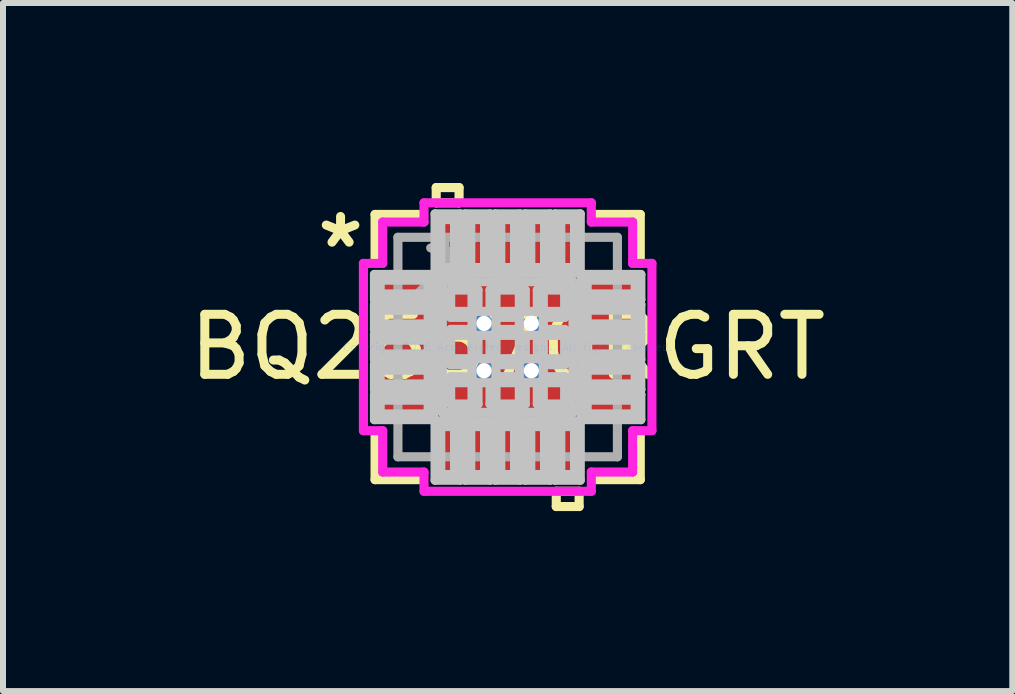
<source format=kicad_pcb>
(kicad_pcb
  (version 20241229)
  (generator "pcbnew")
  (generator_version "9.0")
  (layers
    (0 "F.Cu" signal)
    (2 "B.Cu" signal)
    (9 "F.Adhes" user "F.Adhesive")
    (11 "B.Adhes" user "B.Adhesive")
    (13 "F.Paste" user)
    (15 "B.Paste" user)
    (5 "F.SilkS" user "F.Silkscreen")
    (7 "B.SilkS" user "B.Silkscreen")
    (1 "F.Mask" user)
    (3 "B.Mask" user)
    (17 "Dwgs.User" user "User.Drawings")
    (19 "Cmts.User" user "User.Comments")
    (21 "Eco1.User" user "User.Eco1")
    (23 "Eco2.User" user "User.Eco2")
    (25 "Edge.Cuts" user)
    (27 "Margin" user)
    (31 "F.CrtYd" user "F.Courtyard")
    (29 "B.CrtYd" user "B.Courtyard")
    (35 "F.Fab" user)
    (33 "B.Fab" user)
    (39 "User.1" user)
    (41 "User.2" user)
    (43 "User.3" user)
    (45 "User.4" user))
  (footprint "BQ25570RGRT"
    (layer "F.Cu")
    (at 5.411 2.734)
    (property "Reference" "BQ25570RGRT" (at 0 0 0) (layer "F.SilkS") (effects (font (size 1 1) (thickness 0.15))))
    (attr through_hole)
    (fp_line (start -2.21 -2.21) (end -2.21 -1.467) (stroke (width 0.152) (type solid)) (layer "F.SilkS"))
    (fp_line (start -2.21 1.467) (end -2.21 2.21) (stroke (width 0.152) (type solid)) (layer "F.SilkS"))
    (fp_line (start -2.21 2.21) (end -1.468 2.21) (stroke (width 0.152) (type solid)) (layer "F.SilkS"))
    (fp_line (start -1.468 -2.21) (end -2.21 -2.21) (stroke (width 0.152) (type solid)) (layer "F.SilkS"))
    (fp_line (start -1.191 -2.658) (end -0.81 -2.658) (stroke (width 0.152) (type solid)) (layer "F.SilkS"))
    (fp_line (start -1.191 -2.404) (end -1.191 -2.658) (stroke (width 0.152) (type solid)) (layer "F.SilkS"))
    (fp_line (start -0.81 -2.658) (end -0.81 -2.404) (stroke (width 0.152) (type solid)) (layer "F.SilkS"))
    (fp_line (start -0.81 -2.404) (end -1.191 -2.404) (stroke (width 0.152) (type solid)) (layer "F.SilkS"))
    (fp_line (start 0.81 2.404) (end 0.81 2.658) (stroke (width 0.152) (type solid)) (layer "F.SilkS"))
    (fp_line (start 0.81 2.658) (end 1.191 2.658) (stroke (width 0.152) (type solid)) (layer "F.SilkS"))
    (fp_line (start 1.191 2.404) (end 0.81 2.404) (stroke (width 0.152) (type solid)) (layer "F.SilkS"))
    (fp_line (start 1.191 2.658) (end 1.191 2.404) (stroke (width 0.152) (type solid)) (layer "F.SilkS"))
    (fp_line (start 1.468 2.21) (end 2.21 2.21) (stroke (width 0.152) (type solid)) (layer "F.SilkS"))
    (fp_line (start 2.21 -2.21) (end 1.468 -2.21) (stroke (width 0.152) (type solid)) (layer "F.SilkS"))
    (fp_line (start 2.21 -1.467) (end 2.21 -2.21) (stroke (width 0.152) (type solid)) (layer "F.SilkS"))
    (fp_line (start 2.21 2.21) (end 2.21 1.467) (stroke (width 0.152) (type solid)) (layer "F.SilkS"))
    (fp_line (start -2.22 -1.21) (end -2.22 -0.79) (stroke (width 0.152) (type solid)) (layer "Dwgs.User"))
    (fp_line (start -2.22 -0.79) (end -1.23 -0.79) (stroke (width 0.152) (type solid)) (layer "Dwgs.User"))
    (fp_line (start -2.22 -0.71) (end -2.22 -0.29) (stroke (width 0.152) (type solid)) (layer "Dwgs.User"))
    (fp_line (start -2.22 -0.29) (end -1.23 -0.29) (stroke (width 0.152) (type solid)) (layer "Dwgs.User"))
    (fp_line (start -2.22 -0.21) (end -2.22 0.21) (stroke (width 0.152) (type solid)) (layer "Dwgs.User"))
    (fp_line (start -2.22 0.21) (end -1.23 0.21) (stroke (width 0.152) (type solid)) (layer "Dwgs.User"))
    (fp_line (start -2.22 0.29) (end -2.22 0.71) (stroke (width 0.152) (type solid)) (layer "Dwgs.User"))
    (fp_line (start -2.22 0.71) (end -1.23 0.71) (stroke (width 0.152) (type solid)) (layer "Dwgs.User"))
    (fp_line (start -2.22 0.79) (end -2.22 1.21) (stroke (width 0.152) (type solid)) (layer "Dwgs.User"))
    (fp_line (start -2.22 1.21) (end -1.23 1.21) (stroke (width 0.152) (type solid)) (layer "Dwgs.User"))
    (fp_line (start -2.125 -1.115) (end -2.125 -0.885) (stroke (width 0.152) (type solid)) (layer "Dwgs.User"))
    (fp_line (start -2.125 -0.885) (end -1.325 -0.885) (stroke (width 0.152) (type solid)) (layer "Dwgs.User"))
    (fp_line (start -2.125 -0.615) (end -2.125 -0.385) (stroke (width 0.152) (type solid)) (layer "Dwgs.User"))
    (fp_line (start -2.125 -0.385) (end -1.325 -0.385) (stroke (width 0.152) (type solid)) (layer "Dwgs.User"))
    (fp_line (start -2.125 -0.115) (end -2.125 0.115) (stroke (width 0.152) (type solid)) (layer "Dwgs.User"))
    (fp_line (start -2.125 0.115) (end -1.325 0.115) (stroke (width 0.152) (type solid)) (layer "Dwgs.User"))
    (fp_line (start -2.125 0.385) (end -2.125 0.615) (stroke (width 0.152) (type solid)) (layer "Dwgs.User"))
    (fp_line (start -2.125 0.615) (end -1.325 0.615) (stroke (width 0.152) (type solid)) (layer "Dwgs.User"))
    (fp_line (start -2.125 0.885) (end -2.125 1.115) (stroke (width 0.152) (type solid)) (layer "Dwgs.User"))
    (fp_line (start -2.125 1.115) (end -1.325 1.115) (stroke (width 0.152) (type solid)) (layer "Dwgs.User"))
    (fp_line (start -1.325 -1.115) (end -2.125 -1.115) (stroke (width 0.152) (type solid)) (layer "Dwgs.User"))
    (fp_line (start -1.325 -0.885) (end -1.325 -1.115) (stroke (width 0.152) (type solid)) (layer "Dwgs.User"))
    (fp_line (start -1.325 -0.615) (end -2.125 -0.615) (stroke (width 0.152) (type solid)) (layer "Dwgs.User"))
    (fp_line (start -1.325 -0.385) (end -1.325 -0.615) (stroke (width 0.152) (type solid)) (layer "Dwgs.User"))
    (fp_line (start -1.325 -0.115) (end -2.125 -0.115) (stroke (width 0.152) (type solid)) (layer "Dwgs.User"))
    (fp_line (start -1.325 0.115) (end -1.325 -0.115) (stroke (width 0.152) (type solid)) (layer "Dwgs.User"))
    (fp_line (start -1.325 0.385) (end -2.125 0.385) (stroke (width 0.152) (type solid)) (layer "Dwgs.User"))
    (fp_line (start -1.325 0.615) (end -1.325 0.385) (stroke (width 0.152) (type solid)) (layer "Dwgs.User"))
    (fp_line (start -1.325 0.885) (end -2.125 0.885) (stroke (width 0.152) (type solid)) (layer "Dwgs.User"))
    (fp_line (start -1.325 1.115) (end -1.325 0.885) (stroke (width 0.152) (type solid)) (layer "Dwgs.User"))
    (fp_line (start -1.23 -1.21) (end -2.22 -1.21) (stroke (width 0.152) (type solid)) (layer "Dwgs.User"))
    (fp_line (start -1.23 -0.79) (end -1.23 -1.21) (stroke (width 0.152) (type solid)) (layer "Dwgs.User"))
    (fp_line (start -1.23 -0.71) (end -2.22 -0.71) (stroke (width 0.152) (type solid)) (layer "Dwgs.User"))
    (fp_line (start -1.23 -0.29) (end -1.23 -0.71) (stroke (width 0.152) (type solid)) (layer "Dwgs.User"))
    (fp_line (start -1.23 -0.21) (end -2.22 -0.21) (stroke (width 0.152) (type solid)) (layer "Dwgs.User"))
    (fp_line (start -1.23 0.21) (end -1.23 -0.21) (stroke (width 0.152) (type solid)) (layer "Dwgs.User"))
    (fp_line (start -1.23 0.29) (end -2.22 0.29) (stroke (width 0.152) (type solid)) (layer "Dwgs.User"))
    (fp_line (start -1.23 0.71) (end -1.23 0.29) (stroke (width 0.152) (type solid)) (layer "Dwgs.User"))
    (fp_line (start -1.23 0.79) (end -2.22 0.79) (stroke (width 0.152) (type solid)) (layer "Dwgs.User"))
    (fp_line (start -1.23 1.21) (end -1.23 0.79) (stroke (width 0.152) (type solid)) (layer "Dwgs.User"))
    (fp_line (start -1.21 -2.22) (end -1.21 -1.23) (stroke (width 0.152) (type solid)) (layer "Dwgs.User"))
    (fp_line (start -1.21 -1.23) (end -0.79 -1.23) (stroke (width 0.152) (type solid)) (layer "Dwgs.User"))
    (fp_line (start -1.21 1.23) (end -1.21 2.22) (stroke (width 0.152) (type solid)) (layer "Dwgs.User"))
    (fp_line (start -1.21 2.22) (end -0.79 2.22) (stroke (width 0.152) (type solid)) (layer "Dwgs.User"))
    (fp_line (start -1.115 -2.125) (end -1.115 -1.325) (stroke (width 0.152) (type solid)) (layer "Dwgs.User"))
    (fp_line (start -1.115 -1.325) (end -0.885 -1.325) (stroke (width 0.152) (type solid)) (layer "Dwgs.User"))
    (fp_line (start -1.115 1.325) (end -1.115 2.125) (stroke (width 0.152) (type solid)) (layer "Dwgs.User"))
    (fp_line (start -1.115 2.125) (end -0.885 2.125) (stroke (width 0.152) (type solid)) (layer "Dwgs.User"))
    (fp_line (start -1.089 -1.089) (end -0.594 -1.089) (stroke (width 0.152) (type solid)) (layer "Dwgs.User"))
    (fp_line (start -1.089 -1.089) (end 1.089 -1.089) (stroke (width 0.152) (type solid)) (layer "Dwgs.User"))
    (fp_line (start -1.089 -0.594) (end -1.089 -1.089) (stroke (width 0.152) (type solid)) (layer "Dwgs.User"))
    (fp_line (start -1.089 -0.194) (end 1.089 -0.194) (stroke (width 0.152) (type solid)) (layer "Dwgs.User"))
    (fp_line (start -1.089 0.194) (end -1.089 -0.194) (stroke (width 0.152) (type solid)) (layer "Dwgs.User"))
    (fp_line (start -1.089 0.594) (end 1.089 0.594) (stroke (width 0.152) (type solid)) (layer "Dwgs.User"))
    (fp_line (start -1.089 1.089) (end -1.089 -1.089) (stroke (width 0.152) (type solid)) (layer "Dwgs.User"))
    (fp_line (start -1.089 1.089) (end -1.089 0.594) (stroke (width 0.152) (type solid)) (layer "Dwgs.User"))
    (fp_line (start -0.95 -0.95) (end -0.95 -0.494) (stroke (width 0.152) (type solid)) (layer "Dwgs.User"))
    (fp_line (start -0.95 -0.494) (end -0.635 -0.494) (stroke (width 0.152) (type solid)) (layer "Dwgs.User"))
    (fp_line (start -0.95 -0.294) (end -0.95 0.294) (stroke (width 0.152) (type solid)) (layer "Dwgs.User"))
    (fp_line (start -0.95 0.294) (end -0.635 0.294) (stroke (width 0.152) (type solid)) (layer "Dwgs.User"))
    (fp_line (start -0.95 0.494) (end -0.95 0.95) (stroke (width 0.152) (type solid)) (layer "Dwgs.User"))
    (fp_line (start -0.95 0.95) (end -0.494 0.95) (stroke (width 0.152) (type solid)) (layer "Dwgs.User"))
    (fp_line (start -0.885 -2.125) (end -1.115 -2.125) (stroke (width 0.152) (type solid)) (layer "Dwgs.User"))
    (fp_line (start -0.885 -1.325) (end -0.885 -2.125) (stroke (width 0.152) (type solid)) (layer "Dwgs.User"))
    (fp_line (start -0.885 1.325) (end -1.115 1.325) (stroke (width 0.152) (type solid)) (layer "Dwgs.User"))
    (fp_line (start -0.885 2.125) (end -0.885 1.325) (stroke (width 0.152) (type solid)) (layer "Dwgs.User"))
    (fp_line (start -0.79 -2.22) (end -1.21 -2.22) (stroke (width 0.152) (type solid)) (layer "Dwgs.User"))
    (fp_line (start -0.79 -1.23) (end -0.79 -2.22) (stroke (width 0.152) (type solid)) (layer "Dwgs.User"))
    (fp_line (start -0.79 1.23) (end -1.21 1.23) (stroke (width 0.152) (type solid)) (layer "Dwgs.User"))
    (fp_line (start -0.79 2.22) (end -0.79 1.23) (stroke (width 0.152) (type solid)) (layer "Dwgs.User"))
    (fp_line (start -0.71 -2.22) (end -0.71 -1.23) (stroke (width 0.152) (type solid)) (layer "Dwgs.User"))
    (fp_line (start -0.71 -1.23) (end -0.29 -1.23) (stroke (width 0.152) (type solid)) (layer "Dwgs.User"))
    (fp_line (start -0.71 1.23) (end -0.71 2.22) (stroke (width 0.152) (type solid)) (layer "Dwgs.User"))
    (fp_line (start -0.71 2.22) (end -0.29 2.22) (stroke (width 0.152) (type solid)) (layer "Dwgs.User"))
    (fp_line (start -0.635 -0.494) (end -0.635 -0.494) (stroke (width 0.152) (type solid)) (layer "Dwgs.User"))
    (fp_line (start -0.635 -0.494) (end -0.494 -0.635) (stroke (width 0.152) (type solid)) (layer "Dwgs.User"))
    (fp_line (start -0.635 -0.294) (end -0.95 -0.294) (stroke (width 0.152) (type solid)) (layer "Dwgs.User"))
    (fp_line (start -0.635 -0.294) (end -0.635 -0.294) (stroke (width 0.152) (type solid)) (layer "Dwgs.User"))
    (fp_line (start -0.635 0.294) (end -0.635 0.294) (stroke (width 0.152) (type solid)) (layer "Dwgs.User"))
    (fp_line (start -0.635 0.294) (end -0.494 0.152) (stroke (width 0.152) (type solid)) (layer "Dwgs.User"))
    (fp_line (start -0.635 0.494) (end -0.95 0.494) (stroke (width 0.152) (type solid)) (layer "Dwgs.User"))
    (fp_line (start -0.635 0.494) (end -0.635 0.494) (stroke (width 0.152) (type solid)) (layer "Dwgs.User"))
    (fp_line (start -0.615 -2.125) (end -0.615 -1.325) (stroke (width 0.152) (type solid)) (layer "Dwgs.User"))
    (fp_line (start -0.615 -1.325) (end -0.385 -1.325) (stroke (width 0.152) (type solid)) (layer "Dwgs.User"))
    (fp_line (start -0.615 1.325) (end -0.615 2.125) (stroke (width 0.152) (type solid)) (layer "Dwgs.User"))
    (fp_line (start -0.615 2.125) (end -0.385 2.125) (stroke (width 0.152) (type solid)) (layer "Dwgs.User"))
    (fp_line (start -0.594 -1.089) (end -0.594 1.089) (stroke (width 0.152) (type solid)) (layer "Dwgs.User"))
    (fp_line (start -0.594 1.089) (end -1.089 1.089) (stroke (width 0.152) (type solid)) (layer "Dwgs.User"))
    (fp_line (start -0.494 -0.95) (end -0.95 -0.95) (stroke (width 0.152) (type solid)) (layer "Dwgs.User"))
    (fp_line (start -0.494 -0.635) (end -0.494 -0.95) (stroke (width 0.152) (type solid)) (layer "Dwgs.User"))
    (fp_line (start -0.494 -0.635) (end -0.494 -0.635) (stroke (width 0.152) (type solid)) (layer "Dwgs.User"))
    (fp_line (start -0.494 -0.152) (end -0.635 -0.294) (stroke (width 0.152) (type solid)) (layer "Dwgs.User"))
    (fp_line (start -0.494 -0.152) (end -0.494 -0.152) (stroke (width 0.152) (type solid)) (layer "Dwgs.User"))
    (fp_line (start -0.494 0.152) (end -0.494 -0.152) (stroke (width 0.152) (type solid)) (layer "Dwgs.User"))
    (fp_line (start -0.494 0.152) (end -0.494 0.152) (stroke (width 0.152) (type solid)) (layer "Dwgs.User"))
    (fp_line (start -0.494 0.635) (end -0.635 0.494) (stroke (width 0.152) (type solid)) (layer "Dwgs.User"))
    (fp_line (start -0.494 0.635) (end -0.494 0.635) (stroke (width 0.152) (type solid)) (layer "Dwgs.User"))
    (fp_line (start -0.494 0.95) (end -0.494 0.635) (stroke (width 0.152) (type solid)) (layer "Dwgs.User"))
    (fp_line (start -0.385 -2.125) (end -0.615 -2.125) (stroke (width 0.152) (type solid)) (layer "Dwgs.User"))
    (fp_line (start -0.385 -1.325) (end -0.385 -2.125) (stroke (width 0.152) (type solid)) (layer "Dwgs.User"))
    (fp_line (start -0.385 1.325) (end -0.615 1.325) (stroke (width 0.152) (type solid)) (layer "Dwgs.User"))
    (fp_line (start -0.385 2.125) (end -0.385 1.325) (stroke (width 0.152) (type solid)) (layer "Dwgs.User"))
    (fp_line (start -0.294 -0.95) (end -0.294 -0.635) (stroke (width 0.152) (type solid)) (layer "Dwgs.User"))
    (fp_line (start -0.294 -0.635) (end -0.294 -0.635) (stroke (width 0.152) (type solid)) (layer "Dwgs.User"))
    (fp_line (start -0.294 -0.635) (end -0.152 -0.494) (stroke (width 0.152) (type solid)) (layer "Dwgs.User"))
    (fp_line (start -0.294 -0.152) (end -0.294 -0.152) (stroke (width 0.152) (type solid)) (layer "Dwgs.User"))
    (fp_line (start -0.294 -0.152) (end -0.294 0.152) (stroke (width 0.152) (type solid)) (layer "Dwgs.User"))
    (fp_line (start -0.294 0.152) (end -0.294 0.152) (stroke (width 0.152) (type solid)) (layer "Dwgs.User"))
    (fp_line (start -0.294 0.152) (end -0.152 0.294) (stroke (width 0.152) (type solid)) (layer "Dwgs.User"))
    (fp_line (start -0.294 0.635) (end -0.294 0.635) (stroke (width 0.152) (type solid)) (layer "Dwgs.User"))
    (fp_line (start -0.294 0.635) (end -0.294 0.95) (stroke (width 0.152) (type solid)) (layer "Dwgs.User"))
    (fp_line (start -0.294 0.95) (end 0.294 0.95) (stroke (width 0.152) (type solid)) (layer "Dwgs.User"))
    (fp_line (start -0.29 -2.22) (end -0.71 -2.22) (stroke (width 0.152) (type solid)) (layer "Dwgs.User"))
    (fp_line (start -0.29 -1.23) (end -0.29 -2.22) (stroke (width 0.152) (type solid)) (layer "Dwgs.User"))
    (fp_line (start -0.29 1.23) (end -0.71 1.23) (stroke (width 0.152) (type solid)) (layer "Dwgs.User"))
    (fp_line (start -0.29 2.22) (end -0.29 1.23) (stroke (width 0.152) (type solid)) (layer "Dwgs.User"))
    (fp_line (start -0.21 -2.22) (end -0.21 -1.23) (stroke (width 0.152) (type solid)) (layer "Dwgs.User"))
    (fp_line (start -0.21 -1.23) (end 0.21 -1.23) (stroke (width 0.152) (type solid)) (layer "Dwgs.User"))
    (fp_line (start -0.21 1.23) (end -0.21 2.22) (stroke (width 0.152) (type solid)) (layer "Dwgs.User"))
    (fp_line (start -0.21 2.22) (end 0.21 2.22) (stroke (width 0.152) (type solid)) (layer "Dwgs.User"))
    (fp_line (start -0.194 -1.089) (end -0.194 1.089) (stroke (width 0.152) (type solid)) (layer "Dwgs.User"))
    (fp_line (start -0.194 1.089) (end 0.194 1.089) (stroke (width 0.152) (type solid)) (layer "Dwgs.User"))
    (fp_line (start -0.152 -0.494) (end -0.152 -0.494) (stroke (width 0.152) (type solid)) (layer "Dwgs.User"))
    (fp_line (start -0.152 -0.494) (end 0.152 -0.494) (stroke (width 0.152) (type solid)) (layer "Dwgs.User"))
    (fp_line (start -0.152 -0.294) (end -0.294 -0.152) (stroke (width 0.152) (type solid)) (layer "Dwgs.User"))
    (fp_line (start -0.152 -0.294) (end -0.152 -0.294) (stroke (width 0.152) (type solid)) (layer "Dwgs.User"))
    (fp_line (start -0.152 0.294) (end -0.152 0.294) (stroke (width 0.152) (type solid)) (layer "Dwgs.User"))
    (fp_line (start -0.152 0.294) (end 0.152 0.294) (stroke (width 0.152) (type solid)) (layer "Dwgs.User"))
    (fp_line (start -0.152 0.494) (end -0.294 0.635) (stroke (width 0.152) (type solid)) (layer "Dwgs.User"))
    (fp_line (start -0.152 0.494) (end -0.152 0.494) (stroke (width 0.152) (type solid)) (layer "Dwgs.User"))
    (fp_line (start -0.115 -2.125) (end -0.115 -1.325) (stroke (width 0.152) (type solid)) (layer "Dwgs.User"))
    (fp_line (start -0.115 -1.325) (end 0.115 -1.325) (stroke (width 0.152) (type solid)) (layer "Dwgs.User"))
    (fp_line (start -0.115 1.325) (end -0.115 2.125) (stroke (width 0.152) (type solid)) (layer "Dwgs.User"))
    (fp_line (start -0.115 2.125) (end 0.115 2.125) (stroke (width 0.152) (type solid)) (layer "Dwgs.User"))
    (fp_line (start 0.115 -2.125) (end -0.115 -2.125) (stroke (width 0.152) (type solid)) (layer "Dwgs.User"))
    (fp_line (start 0.115 -1.325) (end 0.115 -2.125) (stroke (width 0.152) (type solid)) (layer "Dwgs.User"))
    (fp_line (start 0.115 1.325) (end -0.115 1.325) (stroke (width 0.152) (type solid)) (layer "Dwgs.User"))
    (fp_line (start 0.115 2.125) (end 0.115 1.325) (stroke (width 0.152) (type solid)) (layer "Dwgs.User"))
    (fp_line (start 0.152 -0.494) (end 0.152 -0.494) (stroke (width 0.152) (type solid)) (layer "Dwgs.User"))
    (fp_line (start 0.152 -0.494) (end 0.294 -0.635) (stroke (width 0.152) (type solid)) (layer "Dwgs.User"))
    (fp_line (start 0.152 -0.294) (end -0.152 -0.294) (stroke (width 0.152) (type solid)) (layer "Dwgs.User"))
    (fp_line (start 0.152 -0.294) (end 0.152 -0.294) (stroke (width 0.152) (type solid)) (layer "Dwgs.User"))
    (fp_line (start 0.152 0.294) (end 0.152 0.294) (stroke (width 0.152) (type solid)) (layer "Dwgs.User"))
    (fp_line (start 0.152 0.294) (end 0.294 0.152) (stroke (width 0.152) (type solid)) (layer "Dwgs.User"))
    (fp_line (start 0.152 0.494) (end -0.152 0.494) (stroke (width 0.152) (type solid)) (layer "Dwgs.User"))
    (fp_line (start 0.152 0.494) (end 0.152 0.494) (stroke (width 0.152) (type solid)) (layer "Dwgs.User"))
    (fp_line (start 0.194 -1.089) (end -0.194 -1.089) (stroke (width 0.152) (type solid)) (layer "Dwgs.User"))
    (fp_line (start 0.194 1.089) (end 0.194 -1.089) (stroke (width 0.152) (type solid)) (layer "Dwgs.User"))
    (fp_line (start 0.21 -2.22) (end -0.21 -2.22) (stroke (width 0.152) (type solid)) (layer "Dwgs.User"))
    (fp_line (start 0.21 -1.23) (end 0.21 -2.22) (stroke (width 0.152) (type solid)) (layer "Dwgs.User"))
    (fp_line (start 0.21 1.23) (end -0.21 1.23) (stroke (width 0.152) (type solid)) (layer "Dwgs.User"))
    (fp_line (start 0.21 2.22) (end 0.21 1.23) (stroke (width 0.152) (type solid)) (layer "Dwgs.User"))
    (fp_line (start 0.29 -2.22) (end 0.29 -1.23) (stroke (width 0.152) (type solid)) (layer "Dwgs.User"))
    (fp_line (start 0.29 -1.23) (end 0.71 -1.23) (stroke (width 0.152) (type solid)) (layer "Dwgs.User"))
    (fp_line (start 0.29 1.23) (end 0.29 2.22) (stroke (width 0.152) (type solid)) (layer "Dwgs.User"))
    (fp_line (start 0.29 2.22) (end 0.71 2.22) (stroke (width 0.152) (type solid)) (layer "Dwgs.User"))
    (fp_line (start 0.294 -0.95) (end -0.294 -0.95) (stroke (width 0.152) (type solid)) (layer "Dwgs.User"))
    (fp_line (start 0.294 -0.635) (end 0.294 -0.95) (stroke (width 0.152) (type solid)) (layer "Dwgs.User"))
    (fp_line (start 0.294 -0.635) (end 0.294 -0.635) (stroke (width 0.152) (type solid)) (layer "Dwgs.User"))
    (fp_line (start 0.294 -0.152) (end 0.152 -0.294) (stroke (width 0.152) (type solid)) (layer "Dwgs.User"))
    (fp_line (start 0.294 -0.152) (end 0.294 -0.152) (stroke (width 0.152) (type solid)) (layer "Dwgs.User"))
    (fp_line (start 0.294 0.152) (end 0.294 -0.152) (stroke (width 0.152) (type solid)) (layer "Dwgs.User"))
    (fp_line (start 0.294 0.152) (end 0.294 0.152) (stroke (width 0.152) (type solid)) (layer "Dwgs.User"))
    (fp_line (start 0.294 0.635) (end 0.152 0.494) (stroke (width 0.152) (type solid)) (layer "Dwgs.User"))
    (fp_line (start 0.294 0.635) (end 0.294 0.635) (stroke (width 0.152) (type solid)) (layer "Dwgs.User"))
    (fp_line (start 0.294 0.95) (end 0.294 0.635) (stroke (width 0.152) (type solid)) (layer "Dwgs.User"))
    (fp_line (start 0.385 -2.125) (end 0.385 -1.325) (stroke (width 0.152) (type solid)) (layer "Dwgs.User"))
    (fp_line (start 0.385 -1.325) (end 0.615 -1.325) (stroke (width 0.152) (type solid)) (layer "Dwgs.User"))
    (fp_line (start 0.385 1.325) (end 0.385 2.125) (stroke (width 0.152) (type solid)) (layer "Dwgs.User"))
    (fp_line (start 0.385 2.125) (end 0.615 2.125) (stroke (width 0.152) (type solid)) (layer "Dwgs.User"))
    (fp_line (start 0.494 -0.95) (end 0.494 -0.635) (stroke (width 0.152) (type solid)) (layer "Dwgs.User"))
    (fp_line (start 0.494 -0.635) (end 0.494 -0.635) (stroke (width 0.152) (type solid)) (layer "Dwgs.User"))
    (fp_line (start 0.494 -0.635) (end 0.635 -0.494) (stroke (width 0.152) (type solid)) (layer "Dwgs.User"))
    (fp_line (start 0.494 -0.152) (end 0.494 -0.152) (stroke (width 0.152) (type solid)) (layer "Dwgs.User"))
    (fp_line (start 0.494 -0.152) (end 0.494 0.152) (stroke (width 0.152) (type solid)) (layer "Dwgs.User"))
    (fp_line (start 0.494 0.152) (end 0.494 0.152) (stroke (width 0.152) (type solid)) (layer "Dwgs.User"))
    (fp_line (start 0.494 0.152) (end 0.635 0.294) (stroke (width 0.152) (type solid)) (layer "Dwgs.User"))
    (fp_line (start 0.494 0.635) (end 0.494 0.635) (stroke (width 0.152) (type solid)) (layer "Dwgs.User"))
    (fp_line (start 0.494 0.635) (end 0.494 0.95) (stroke (width 0.152) (type solid)) (layer "Dwgs.User"))
    (fp_line (start 0.494 0.95) (end 0.95 0.95) (stroke (width 0.152) (type solid)) (layer "Dwgs.User"))
    (fp_line (start 0.594 -1.089) (end 1.089 -1.089) (stroke (width 0.152) (type solid)) (layer "Dwgs.User"))
    (fp_line (start 0.594 1.089) (end 0.594 -1.089) (stroke (width 0.152) (type solid)) (layer "Dwgs.User"))
    (fp_line (start 0.615 -2.125) (end 0.385 -2.125) (stroke (width 0.152) (type solid)) (layer "Dwgs.User"))
    (fp_line (start 0.615 -1.325) (end 0.615 -2.125) (stroke (width 0.152) (type solid)) (layer "Dwgs.User"))
    (fp_line (start 0.615 1.325) (end 0.385 1.325) (stroke (width 0.152) (type solid)) (layer "Dwgs.User"))
    (fp_line (start 0.615 2.125) (end 0.615 1.325) (stroke (width 0.152) (type solid)) (layer "Dwgs.User"))
    (fp_line (start 0.635 -0.494) (end 0.635 -0.494) (stroke (width 0.152) (type solid)) (layer "Dwgs.User"))
    (fp_line (start 0.635 -0.494) (end 0.95 -0.494) (stroke (width 0.152) (type solid)) (layer "Dwgs.User"))
    (fp_line (start 0.635 -0.294) (end 0.494 -0.152) (stroke (width 0.152) (type solid)) (layer "Dwgs.User"))
    (fp_line (start 0.635 -0.294) (end 0.635 -0.294) (stroke (width 0.152) (type solid)) (layer "Dwgs.User"))
    (fp_line (start 0.635 0.294) (end 0.635 0.294) (stroke (width 0.152) (type solid)) (layer "Dwgs.User"))
    (fp_line (start 0.635 0.294) (end 0.95 0.294) (stroke (width 0.152) (type solid)) (layer "Dwgs.User"))
    (fp_line (start 0.635 0.494) (end 0.494 0.635) (stroke (width 0.152) (type solid)) (layer "Dwgs.User"))
    (fp_line (start 0.635 0.494) (end 0.635 0.494) (stroke (width 0.152) (type solid)) (layer "Dwgs.User"))
    (fp_line (start 0.71 -2.22) (end 0.29 -2.22) (stroke (width 0.152) (type solid)) (layer "Dwgs.User"))
    (fp_line (start 0.71 -1.23) (end 0.71 -2.22) (stroke (width 0.152) (type solid)) (layer "Dwgs.User"))
    (fp_line (start 0.71 1.23) (end 0.29 1.23) (stroke (width 0.152) (type solid)) (layer "Dwgs.User"))
    (fp_line (start 0.71 2.22) (end 0.71 1.23) (stroke (width 0.152) (type solid)) (layer "Dwgs.User"))
    (fp_line (start 0.79 -2.22) (end 0.79 -1.23) (stroke (width 0.152) (type solid)) (layer "Dwgs.User"))
    (fp_line (start 0.79 -1.23) (end 1.21 -1.23) (stroke (width 0.152) (type solid)) (layer "Dwgs.User"))
    (fp_line (start 0.79 1.23) (end 0.79 2.22) (stroke (width 0.152) (type solid)) (layer "Dwgs.User"))
    (fp_line (start 0.79 2.22) (end 1.21 2.22) (stroke (width 0.152) (type solid)) (layer "Dwgs.User"))
    (fp_line (start 0.885 -2.125) (end 0.885 -1.325) (stroke (width 0.152) (type solid)) (layer "Dwgs.User"))
    (fp_line (start 0.885 -1.325) (end 1.115 -1.325) (stroke (width 0.152) (type solid)) (layer "Dwgs.User"))
    (fp_line (start 0.885 1.325) (end 0.885 2.125) (stroke (width 0.152) (type solid)) (layer "Dwgs.User"))
    (fp_line (start 0.885 2.125) (end 1.115 2.125) (stroke (width 0.152) (type solid)) (layer "Dwgs.User"))
    (fp_line (start 0.95 -0.95) (end 0.494 -0.95) (stroke (width 0.152) (type solid)) (layer "Dwgs.User"))
    (fp_line (start 0.95 -0.494) (end 0.95 -0.95) (stroke (width 0.152) (type solid)) (layer "Dwgs.User"))
    (fp_line (start 0.95 -0.294) (end 0.635 -0.294) (stroke (width 0.152) (type solid)) (layer "Dwgs.User"))
    (fp_line (start 0.95 0.294) (end 0.95 -0.294) (stroke (width 0.152) (type solid)) (layer "Dwgs.User"))
    (fp_line (start 0.95 0.494) (end 0.635 0.494) (stroke (width 0.152) (type solid)) (layer "Dwgs.User"))
    (fp_line (start 0.95 0.95) (end 0.95 0.494) (stroke (width 0.152) (type solid)) (layer "Dwgs.User"))
    (fp_line (start 1.089 -1.089) (end 1.089 -0.594) (stroke (width 0.152) (type solid)) (layer "Dwgs.User"))
    (fp_line (start 1.089 -1.089) (end 1.089 1.089) (stroke (width 0.152) (type solid)) (layer "Dwgs.User"))
    (fp_line (start 1.089 -0.594) (end -1.089 -0.594) (stroke (width 0.152) (type solid)) (layer "Dwgs.User"))
    (fp_line (start 1.089 -0.194) (end 1.089 0.194) (stroke (width 0.152) (type solid)) (layer "Dwgs.User"))
    (fp_line (start 1.089 0.194) (end -1.089 0.194) (stroke (width 0.152) (type solid)) (layer "Dwgs.User"))
    (fp_line (start 1.089 0.594) (end 1.089 1.089) (stroke (width 0.152) (type solid)) (layer "Dwgs.User"))
    (fp_line (start 1.089 1.089) (end -1.089 1.089) (stroke (width 0.152) (type solid)) (layer "Dwgs.User"))
    (fp_line (start 1.089 1.089) (end 0.594 1.089) (stroke (width 0.152) (type solid)) (layer "Dwgs.User"))
    (fp_line (start 1.115 -2.125) (end 0.885 -2.125) (stroke (width 0.152) (type solid)) (layer "Dwgs.User"))
    (fp_line (start 1.115 -1.325) (end 1.115 -2.125) (stroke (width 0.152) (type solid)) (layer "Dwgs.User"))
    (fp_line (start 1.115 1.325) (end 0.885 1.325) (stroke (width 0.152) (type solid)) (layer "Dwgs.User"))
    (fp_line (start 1.115 2.125) (end 1.115 1.325) (stroke (width 0.152) (type solid)) (layer "Dwgs.User"))
    (fp_line (start 1.21 -2.22) (end 0.79 -2.22) (stroke (width 0.152) (type solid)) (layer "Dwgs.User"))
    (fp_line (start 1.21 -1.23) (end 1.21 -2.22) (stroke (width 0.152) (type solid)) (layer "Dwgs.User"))
    (fp_line (start 1.21 1.23) (end 0.79 1.23) (stroke (width 0.152) (type solid)) (layer "Dwgs.User"))
    (fp_line (start 1.21 2.22) (end 1.21 1.23) (stroke (width 0.152) (type solid)) (layer "Dwgs.User"))
    (fp_line (start 1.23 -1.21) (end 1.23 -0.79) (stroke (width 0.152) (type solid)) (layer "Dwgs.User"))
    (fp_line (start 1.23 -0.79) (end 2.22 -0.79) (stroke (width 0.152) (type solid)) (layer "Dwgs.User"))
    (fp_line (start 1.23 -0.71) (end 1.23 -0.29) (stroke (width 0.152) (type solid)) (layer "Dwgs.User"))
    (fp_line (start 1.23 -0.29) (end 2.22 -0.29) (stroke (width 0.152) (type solid)) (layer "Dwgs.User"))
    (fp_line (start 1.23 -0.21) (end 1.23 0.21) (stroke (width 0.152) (type solid)) (layer "Dwgs.User"))
    (fp_line (start 1.23 0.21) (end 2.22 0.21) (stroke (width 0.152) (type solid)) (layer "Dwgs.User"))
    (fp_line (start 1.23 0.29) (end 1.23 0.71) (stroke (width 0.152) (type solid)) (layer "Dwgs.User"))
    (fp_line (start 1.23 0.71) (end 2.22 0.71) (stroke (width 0.152) (type solid)) (layer "Dwgs.User"))
    (fp_line (start 1.23 0.79) (end 1.23 1.21) (stroke (width 0.152) (type solid)) (layer "Dwgs.User"))
    (fp_line (start 1.23 1.21) (end 2.22 1.21) (stroke (width 0.152) (type solid)) (layer "Dwgs.User"))
    (fp_line (start 1.325 -1.115) (end 1.325 -0.885) (stroke (width 0.152) (type solid)) (layer "Dwgs.User"))
    (fp_line (start 1.325 -0.885) (end 2.125 -0.885) (stroke (width 0.152) (type solid)) (layer "Dwgs.User"))
    (fp_line (start 1.325 -0.615) (end 1.325 -0.385) (stroke (width 0.152) (type solid)) (layer "Dwgs.User"))
    (fp_line (start 1.325 -0.385) (end 2.125 -0.385) (stroke (width 0.152) (type solid)) (layer "Dwgs.User"))
    (fp_line (start 1.325 -0.115) (end 1.325 0.115) (stroke (width 0.152) (type solid)) (layer "Dwgs.User"))
    (fp_line (start 1.325 0.115) (end 2.125 0.115) (stroke (width 0.152) (type solid)) (layer "Dwgs.User"))
    (fp_line (start 1.325 0.385) (end 1.325 0.615) (stroke (width 0.152) (type solid)) (layer "Dwgs.User"))
    (fp_line (start 1.325 0.615) (end 2.125 0.615) (stroke (width 0.152) (type solid)) (layer "Dwgs.User"))
    (fp_line (start 1.325 0.885) (end 1.325 1.115) (stroke (width 0.152) (type solid)) (layer "Dwgs.User"))
    (fp_line (start 1.325 1.115) (end 2.125 1.115) (stroke (width 0.152) (type solid)) (layer "Dwgs.User"))
    (fp_line (start 2.125 -1.115) (end 1.325 -1.115) (stroke (width 0.152) (type solid)) (layer "Dwgs.User"))
    (fp_line (start 2.125 -0.885) (end 2.125 -1.115) (stroke (width 0.152) (type solid)) (layer "Dwgs.User"))
    (fp_line (start 2.125 -0.615) (end 1.325 -0.615) (stroke (width 0.152) (type solid)) (layer "Dwgs.User"))
    (fp_line (start 2.125 -0.385) (end 2.125 -0.615) (stroke (width 0.152) (type solid)) (layer "Dwgs.User"))
    (fp_line (start 2.125 -0.115) (end 1.325 -0.115) (stroke (width 0.152) (type solid)) (layer "Dwgs.User"))
    (fp_line (start 2.125 0.115) (end 2.125 -0.115) (stroke (width 0.152) (type solid)) (layer "Dwgs.User"))
    (fp_line (start 2.125 0.385) (end 1.325 0.385) (stroke (width 0.152) (type solid)) (layer "Dwgs.User"))
    (fp_line (start 2.125 0.615) (end 2.125 0.385) (stroke (width 0.152) (type solid)) (layer "Dwgs.User"))
    (fp_line (start 2.125 0.885) (end 1.325 0.885) (stroke (width 0.152) (type solid)) (layer "Dwgs.User"))
    (fp_line (start 2.125 1.115) (end 2.125 0.885) (stroke (width 0.152) (type solid)) (layer "Dwgs.User"))
    (fp_line (start 2.22 -1.21) (end 1.23 -1.21) (stroke (width 0.152) (type solid)) (layer "Dwgs.User"))
    (fp_line (start 2.22 -0.79) (end 2.22 -1.21) (stroke (width 0.152) (type solid)) (layer "Dwgs.User"))
    (fp_line (start 2.22 -0.71) (end 1.23 -0.71) (stroke (width 0.152) (type solid)) (layer "Dwgs.User"))
    (fp_line (start 2.22 -0.29) (end 2.22 -0.71) (stroke (width 0.152) (type solid)) (layer "Dwgs.User"))
    (fp_line (start 2.22 -0.21) (end 1.23 -0.21) (stroke (width 0.152) (type solid)) (layer "Dwgs.User"))
    (fp_line (start 2.22 0.21) (end 2.22 -0.21) (stroke (width 0.152) (type solid)) (layer "Dwgs.User"))
    (fp_line (start 2.22 0.29) (end 1.23 0.29) (stroke (width 0.152) (type solid)) (layer "Dwgs.User"))
    (fp_line (start 2.22 0.71) (end 2.22 0.29) (stroke (width 0.152) (type solid)) (layer "Dwgs.User"))
    (fp_line (start 2.22 0.79) (end 1.23 0.79) (stroke (width 0.152) (type solid)) (layer "Dwgs.User"))
    (fp_line (start 2.22 1.21) (end 2.22 0.79) (stroke (width 0.152) (type solid)) (layer "Dwgs.User"))
    (fp_line (start -2.404 -1.394) (end -2.083 -1.394) (stroke (width 0.152) (type solid)) (layer "F.CrtYd"))
    (fp_line (start -2.404 1.394) (end -2.404 -1.394) (stroke (width 0.152) (type solid)) (layer "F.CrtYd"))
    (fp_line (start -2.083 -2.083) (end -1.394 -2.083) (stroke (width 0.152) (type solid)) (layer "F.CrtYd"))
    (fp_line (start -2.083 -1.394) (end -2.083 -2.083) (stroke (width 0.152) (type solid)) (layer "F.CrtYd"))
    (fp_line (start -2.083 1.394) (end -2.404 1.394) (stroke (width 0.152) (type solid)) (layer "F.CrtYd"))
    (fp_line (start -2.083 2.083) (end -2.083 1.394) (stroke (width 0.152) (type solid)) (layer "F.CrtYd"))
    (fp_line (start -1.394 -2.404) (end 1.394 -2.404) (stroke (width 0.152) (type solid)) (layer "F.CrtYd"))
    (fp_line (start -1.394 -2.083) (end -1.394 -2.404) (stroke (width 0.152) (type solid)) (layer "F.CrtYd"))
    (fp_line (start -1.394 2.083) (end -2.083 2.083) (stroke (width 0.152) (type solid)) (layer "F.CrtYd"))
    (fp_line (start -1.394 2.404) (end -1.394 2.083) (stroke (width 0.152) (type solid)) (layer "F.CrtYd"))
    (fp_line (start 1.394 -2.404) (end 1.394 -2.083) (stroke (width 0.152) (type solid)) (layer "F.CrtYd"))
    (fp_line (start 1.394 -2.083) (end 2.083 -2.083) (stroke (width 0.152) (type solid)) (layer "F.CrtYd"))
    (fp_line (start 1.394 2.083) (end 1.394 2.404) (stroke (width 0.152) (type solid)) (layer "F.CrtYd"))
    (fp_line (start 1.394 2.404) (end -1.394 2.404) (stroke (width 0.152) (type solid)) (layer "F.CrtYd"))
    (fp_line (start 2.083 -2.083) (end 2.083 -1.394) (stroke (width 0.152) (type solid)) (layer "F.CrtYd"))
    (fp_line (start 2.083 -1.394) (end 2.404 -1.394) (stroke (width 0.152) (type solid)) (layer "F.CrtYd"))
    (fp_line (start 2.083 1.394) (end 2.083 2.083) (stroke (width 0.152) (type solid)) (layer "F.CrtYd"))
    (fp_line (start 2.083 2.083) (end 1.394 2.083) (stroke (width 0.152) (type solid)) (layer "F.CrtYd"))
    (fp_line (start 2.404 -1.394) (end 2.404 1.394) (stroke (width 0.152) (type solid)) (layer "F.CrtYd"))
    (fp_line (start 2.404 1.394) (end 2.083 1.394) (stroke (width 0.152) (type solid)) (layer "F.CrtYd"))
    (fp_line (start -1.829 -1.829) (end -1.829 1.829) (stroke (width 0.152) (type solid)) (layer "F.Fab"))
    (fp_line (start -1.829 -0.559) (end -0.559 -1.829) (stroke (width 0.152) (type solid)) (layer "F.Fab"))
    (fp_line (start -1.829 1.829) (end 1.829 1.829) (stroke (width 0.152) (type solid)) (layer "F.Fab"))
    (fp_line (start 1.829 -1.829) (end -1.829 -1.829) (stroke (width 0.152) (type solid)) (layer "F.Fab"))
    (fp_line (start 1.829 1.829) (end 1.829 -1.829) (stroke (width 0.152) (type solid)) (layer "F.Fab"))
    (fp_text user "*" (at -2.785 -1.631 0) (layer "F.SilkS") (effects (font (size 1 1) (thickness 0.15))))
    (fp_text user "Copyright 2016 Accelerated Designs. All rights reserved." (at 0 0 0) (layer "Cmts.User") (effects (font (size 0.127 0.127) (thickness 0.002))))
    (fp_text user "*" (at -1.046 -1.25 0) (layer "F.Fab") (effects (font (size 1 1) (thickness 0.15))))
    (pad "1" smd rect (at -1.725 -1 90) (size 0.28 0.85) (layers "F.Cu" "F.Mask" "F.Paste"))
    (pad "2" smd rect (at -1.725 -0.5 90) (size 0.28 0.85) (layers "F.Cu" "F.Mask" "F.Paste"))
    (pad "3" smd rect (at -1.725 0 90) (size 0.28 0.85) (layers "F.Cu" "F.Mask" "F.Paste"))
    (pad "4" smd rect (at -1.725 0.5 90) (size 0.28 0.85) (layers "F.Cu" "F.Mask" "F.Paste"))
    (pad "5" smd rect (at -1.725 1 90) (size 0.28 0.85) (layers "F.Cu" "F.Mask" "F.Paste"))
    (pad "6" smd rect (at -1 1.725) (size 0.28 0.85) (layers "F.Cu" "F.Mask" "F.Paste"))
    (pad "7" smd rect (at -0.5 1.725) (size 0.28 0.85) (layers "F.Cu" "F.Mask" "F.Paste"))
    (pad "8" smd rect (at 0 1.725) (size 0.28 0.85) (layers "F.Cu" "F.Mask" "F.Paste"))
    (pad "9" smd rect (at 0.5 1.725) (size 0.28 0.85) (layers "F.Cu" "F.Mask" "F.Paste"))
    (pad "10" smd rect (at 1 1.725) (size 0.28 0.85) (layers "F.Cu" "F.Mask" "F.Paste"))
    (pad "11" smd rect (at 1.725 1 90) (size 0.28 0.85) (layers "F.Cu" "F.Mask" "F.Paste"))
    (pad "12" smd rect (at 1.725 0.5 90) (size 0.28 0.85) (layers "F.Cu" "F.Mask" "F.Paste"))
    (pad "13" smd rect (at 1.725 0 90) (size 0.28 0.85) (layers "F.Cu" "F.Mask" "F.Paste"))
    (pad "14" smd rect (at 1.725 -0.5 90) (size 0.28 0.85) (layers "F.Cu" "F.Mask" "F.Paste"))
    (pad "15" smd rect (at 1.725 -1 90) (size 0.28 0.85) (layers "F.Cu" "F.Mask" "F.Paste"))
    (pad "16" smd rect (at 1 -1.725) (size 0.28 0.85) (layers "F.Cu" "F.Mask" "F.Paste"))
    (pad "17" smd rect (at 0.5 -1.725) (size 0.28 0.85) (layers "F.Cu" "F.Mask" "F.Paste"))
    (pad "18" smd rect (at 0 -1.725) (size 0.28 0.85) (layers "F.Cu" "F.Mask" "F.Paste"))
    (pad "19" smd rect (at -0.5 -1.725) (size 0.28 0.85) (layers "F.Cu" "F.Mask" "F.Paste"))
    (pad "20" smd rect (at -1 -1.725) (size 0.28 0.85) (layers "F.Cu" "F.Mask" "F.Paste"))
    (pad "21" smd rect (at 0 0) (size 2.05 2.05) (layers "F.Cu" "F.Mask" "F.Paste"))
    (pad "V" thru_hole circle (at -0.394 -0.394) (size 0.508 0.508) (drill 0.254) (layers "*.Cu" "*.Mask"))
    (pad "V" thru_hole circle (at -0.394 0.394) (size 0.508 0.508) (drill 0.254) (layers "*.Cu" "*.Mask"))
    (pad "V" thru_hole circle (at 0.394 -0.394) (size 0.508 0.508) (drill 0.254) (layers "*.Cu" "*.Mask"))
    (pad "V" thru_hole circle (at 0.394 0.394) (size 0.508 0.508) (drill 0.254) (layers "*.Cu" "*.Mask")))
  (gr_rect
    (start -3 -3)
    (end 13.821 8.468)
    (stroke (width 0.1) (type default))
    (fill no)
    (layer "Edge.Cuts")))
</source>
